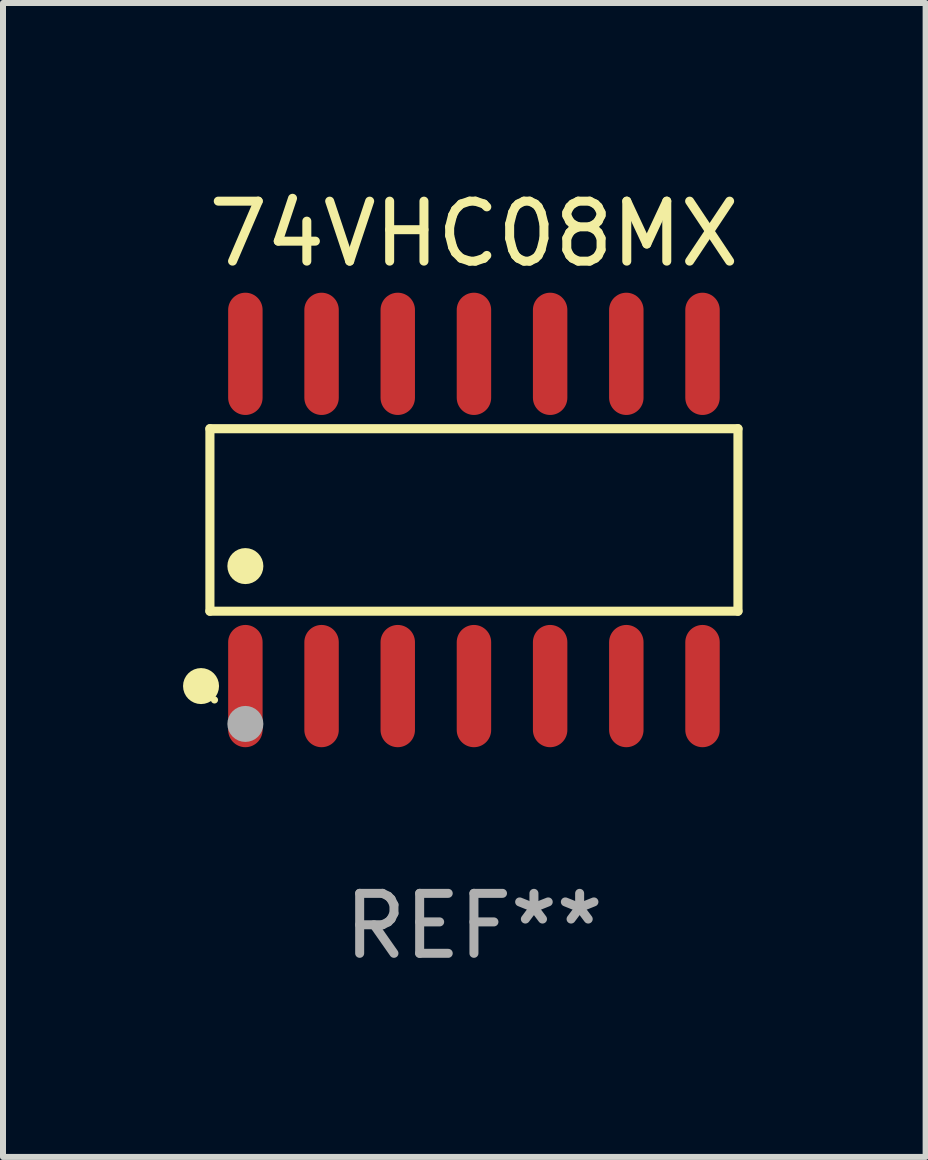
<source format=kicad_pcb>
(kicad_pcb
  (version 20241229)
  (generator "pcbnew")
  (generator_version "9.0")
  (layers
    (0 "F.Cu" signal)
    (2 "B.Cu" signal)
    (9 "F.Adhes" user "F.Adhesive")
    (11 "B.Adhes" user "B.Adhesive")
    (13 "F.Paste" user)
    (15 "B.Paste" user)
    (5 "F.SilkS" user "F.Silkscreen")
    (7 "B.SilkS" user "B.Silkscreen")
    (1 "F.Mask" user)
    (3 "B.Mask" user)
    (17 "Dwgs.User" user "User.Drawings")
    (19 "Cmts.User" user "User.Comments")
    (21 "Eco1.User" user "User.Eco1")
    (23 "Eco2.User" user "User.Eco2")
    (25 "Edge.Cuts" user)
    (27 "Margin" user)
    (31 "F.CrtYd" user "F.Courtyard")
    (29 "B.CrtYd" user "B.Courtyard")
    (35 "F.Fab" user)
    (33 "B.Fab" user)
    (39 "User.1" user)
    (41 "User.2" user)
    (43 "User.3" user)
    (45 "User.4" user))
  (footprint "74VHC08MX"
    (layer "F.Cu")
    (at 4.85 5.617)
    (property "Reference" "74VHC08MX" (at 0 -4.769 0) (layer "F.SilkS") (effects (font (size 1 1) (thickness 0.15))))
    (attr through_hole)
    (fp_line (start -4.401 -1.521) (end 4.401 -1.521) (stroke (width 0.152) (type solid)) (layer "F.SilkS"))
    (fp_line (start -4.401 1.521) (end -4.401 -1.521) (stroke (width 0.152) (type solid)) (layer "F.SilkS"))
    (fp_line (start 4.401 -1.521) (end 4.401 1.521) (stroke (width 0.152) (type solid)) (layer "F.SilkS"))
    (fp_line (start 4.401 1.521) (end -4.401 1.521) (stroke (width 0.152) (type solid)) (layer "F.SilkS"))
    (fp_circle (center -4.549 2.769) (end -4.399 2.769) (stroke (width 0.3) (type solid)) (fill no) (layer "F.SilkS"))
    (fp_circle (center -4.325 3) (end -4.295 3) (stroke (width 0.06) (type solid)) (fill no) (layer "F.SilkS"))
    (fp_circle (center -3.81 0.769) (end -3.66 0.769) (stroke (width 0.3) (type solid)) (fill no) (layer "F.SilkS"))
    (fp_circle (center -3.81 3.4) (end -3.66 3.4) (stroke (width 0.3) (type solid)) (fill no) (layer "F.Fab"))
    (fp_text user "REF**" (at 0 6.769 0) (layer "F.Fab") (effects (font (size 1 1) (thickness 0.15))))
    (pad "1" smd oval (at -3.81 2.769) (size 0.574 2.038) (layers "F.Cu" "F.Mask" "F.Paste"))
    (pad "2" smd oval (at -2.54 2.769) (size 0.574 2.038) (layers "F.Cu" "F.Mask" "F.Paste"))
    (pad "3" smd oval (at -1.27 2.769) (size 0.574 2.038) (layers "F.Cu" "F.Mask" "F.Paste"))
    (pad "4" smd oval (at 0 2.769) (size 0.574 2.038) (layers "F.Cu" "F.Mask" "F.Paste"))
    (pad "5" smd oval (at 1.27 2.769) (size 0.574 2.038) (layers "F.Cu" "F.Mask" "F.Paste"))
    (pad "6" smd oval (at 2.54 2.769) (size 0.574 2.038) (layers "F.Cu" "F.Mask" "F.Paste"))
    (pad "7" smd oval (at 3.81 2.769) (size 0.574 2.038) (layers "F.Cu" "F.Mask" "F.Paste"))
    (pad "8" smd oval (at 3.81 -2.769) (size 0.574 2.038) (layers "F.Cu" "F.Mask" "F.Paste"))
    (pad "9" smd oval (at 2.54 -2.769) (size 0.574 2.038) (layers "F.Cu" "F.Mask" "F.Paste"))
    (pad "10" smd oval (at 1.27 -2.769) (size 0.574 2.038) (layers "F.Cu" "F.Mask" "F.Paste"))
    (pad "11" smd oval (at 0 -2.769) (size 0.574 2.038) (layers "F.Cu" "F.Mask" "F.Paste"))
    (pad "12" smd oval (at -1.27 -2.769) (size 0.574 2.038) (layers "F.Cu" "F.Mask" "F.Paste"))
    (pad "13" smd oval (at -2.54 -2.769) (size 0.574 2.038) (layers "F.Cu" "F.Mask" "F.Paste"))
    (pad "14" smd oval (at -3.81 -2.769) (size 0.574 2.038) (layers "F.Cu" "F.Mask" "F.Paste")))
  (gr_rect
    (start -3 -3)
    (end 12.379 16.235)
    (stroke (width 0.1) (type default))
    (fill no)
    (layer "Edge.Cuts")))
</source>
